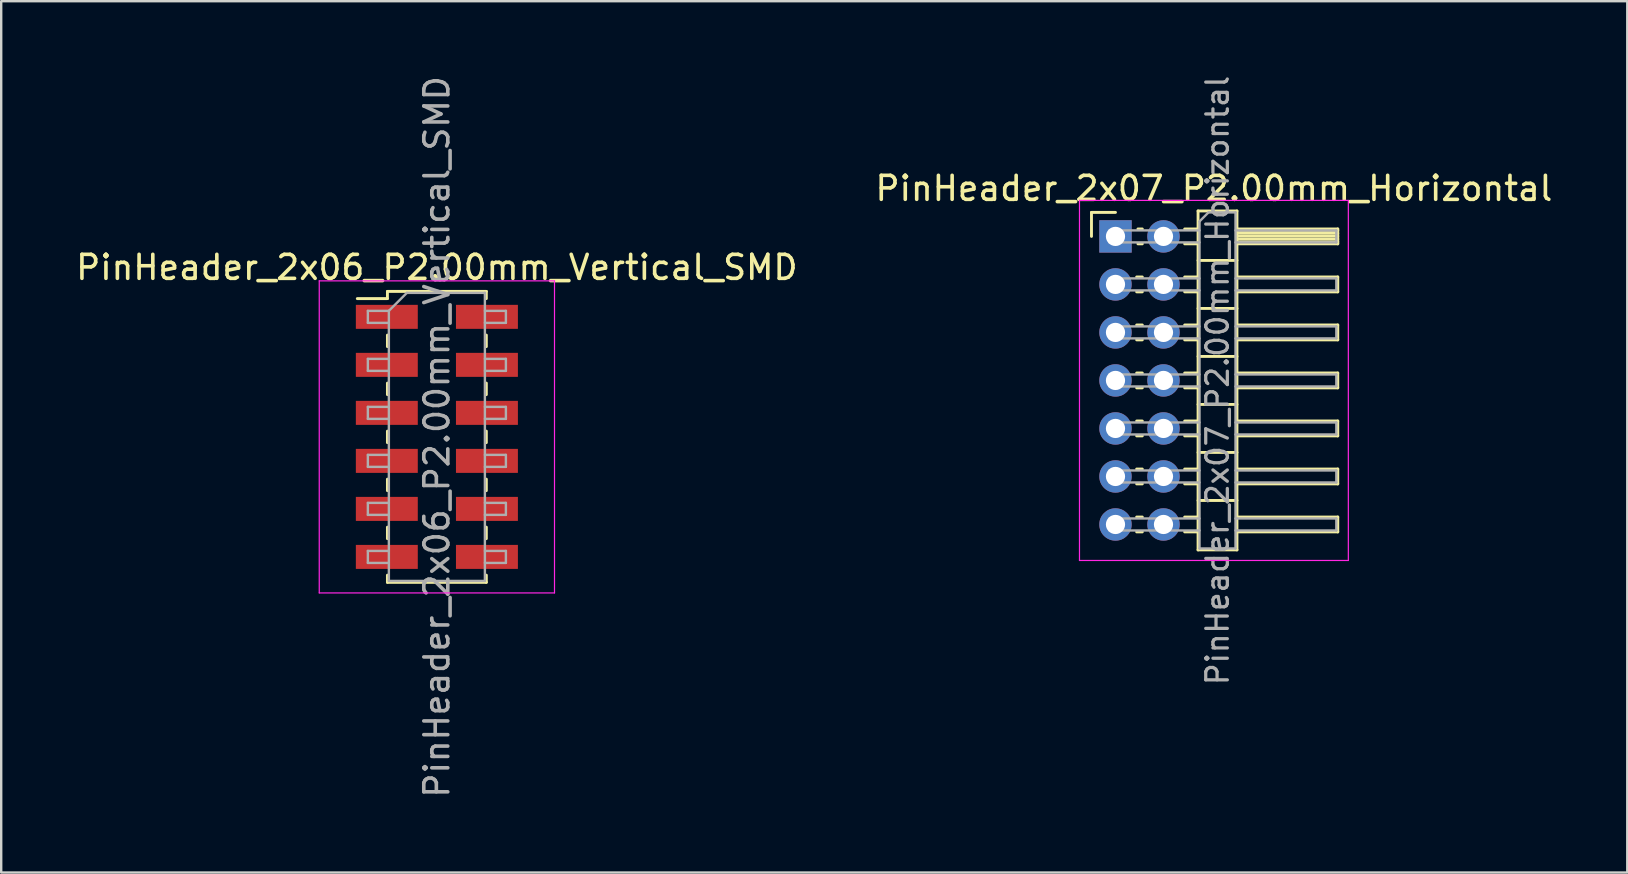
<source format=kicad_pcb>
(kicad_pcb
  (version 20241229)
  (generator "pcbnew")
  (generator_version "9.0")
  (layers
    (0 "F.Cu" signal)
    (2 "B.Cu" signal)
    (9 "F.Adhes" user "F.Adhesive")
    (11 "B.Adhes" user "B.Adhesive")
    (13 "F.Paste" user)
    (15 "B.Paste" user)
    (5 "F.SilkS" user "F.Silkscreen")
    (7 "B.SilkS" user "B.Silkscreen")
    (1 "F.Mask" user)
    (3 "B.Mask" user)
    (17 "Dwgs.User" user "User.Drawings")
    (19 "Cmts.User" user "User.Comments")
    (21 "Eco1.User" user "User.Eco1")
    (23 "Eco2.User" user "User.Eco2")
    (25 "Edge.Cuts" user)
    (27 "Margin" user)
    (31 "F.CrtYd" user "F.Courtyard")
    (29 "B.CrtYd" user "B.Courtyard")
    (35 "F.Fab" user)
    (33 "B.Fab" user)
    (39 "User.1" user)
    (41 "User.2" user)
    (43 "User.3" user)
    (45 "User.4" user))
  (footprint "PinHeader_2x07_P2.00mm_Horizontal"
    (layer "F.Cu")
    (at 43.418 6.798)
    (property "Reference" "PinHeader_2x07_P2.00mm_Horizontal" (at 4.1 -2 0) (layer "F.SilkS") (effects (font (size 1 1) (thickness 0.15))))
    (attr through_hole)
    (fp_line (start -1 -1) (end 0 -1) (stroke (width 0.12) (type solid)) (layer "F.SilkS"))
    (fp_line (start -1 0) (end -1 -1) (stroke (width 0.12) (type solid)) (layer "F.SilkS"))
    (fp_line (start 0.882 1.69) (end 1.118 1.69) (stroke (width 0.12) (type solid)) (layer "F.SilkS"))
    (fp_line (start 0.882 2.31) (end 1.118 2.31) (stroke (width 0.12) (type solid)) (layer "F.SilkS"))
    (fp_line (start 0.882 3.69) (end 1.118 3.69) (stroke (width 0.12) (type solid)) (layer "F.SilkS"))
    (fp_line (start 0.882 4.31) (end 1.118 4.31) (stroke (width 0.12) (type solid)) (layer "F.SilkS"))
    (fp_line (start 0.882 5.69) (end 1.118 5.69) (stroke (width 0.12) (type solid)) (layer "F.SilkS"))
    (fp_line (start 0.882 6.31) (end 1.118 6.31) (stroke (width 0.12) (type solid)) (layer "F.SilkS"))
    (fp_line (start 0.882 7.69) (end 1.118 7.69) (stroke (width 0.12) (type solid)) (layer "F.SilkS"))
    (fp_line (start 0.882 8.31) (end 1.118 8.31) (stroke (width 0.12) (type solid)) (layer "F.SilkS"))
    (fp_line (start 0.882 9.69) (end 1.118 9.69) (stroke (width 0.12) (type solid)) (layer "F.SilkS"))
    (fp_line (start 0.882 10.31) (end 1.118 10.31) (stroke (width 0.12) (type solid)) (layer "F.SilkS"))
    (fp_line (start 0.882 11.69) (end 1.118 11.69) (stroke (width 0.12) (type solid)) (layer "F.SilkS"))
    (fp_line (start 0.882 12.31) (end 1.118 12.31) (stroke (width 0.12) (type solid)) (layer "F.SilkS"))
    (fp_line (start 0.935 -0.31) (end 1.118 -0.31) (stroke (width 0.12) (type solid)) (layer "F.SilkS"))
    (fp_line (start 0.935 0.31) (end 1.118 0.31) (stroke (width 0.12) (type solid)) (layer "F.SilkS"))
    (fp_line (start 2.882 -0.31) (end 3.44 -0.31) (stroke (width 0.12) (type solid)) (layer "F.SilkS"))
    (fp_line (start 2.882 0.31) (end 3.44 0.31) (stroke (width 0.12) (type solid)) (layer "F.SilkS"))
    (fp_line (start 2.882 1.69) (end 3.44 1.69) (stroke (width 0.12) (type solid)) (layer "F.SilkS"))
    (fp_line (start 2.882 2.31) (end 3.44 2.31) (stroke (width 0.12) (type solid)) (layer "F.SilkS"))
    (fp_line (start 2.882 3.69) (end 3.44 3.69) (stroke (width 0.12) (type solid)) (layer "F.SilkS"))
    (fp_line (start 2.882 4.31) (end 3.44 4.31) (stroke (width 0.12) (type solid)) (layer "F.SilkS"))
    (fp_line (start 2.882 5.69) (end 3.44 5.69) (stroke (width 0.12) (type solid)) (layer "F.SilkS"))
    (fp_line (start 2.882 6.31) (end 3.44 6.31) (stroke (width 0.12) (type solid)) (layer "F.SilkS"))
    (fp_line (start 2.882 7.69) (end 3.44 7.69) (stroke (width 0.12) (type solid)) (layer "F.SilkS"))
    (fp_line (start 2.882 8.31) (end 3.44 8.31) (stroke (width 0.12) (type solid)) (layer "F.SilkS"))
    (fp_line (start 2.882 9.69) (end 3.44 9.69) (stroke (width 0.12) (type solid)) (layer "F.SilkS"))
    (fp_line (start 2.882 10.31) (end 3.44 10.31) (stroke (width 0.12) (type solid)) (layer "F.SilkS"))
    (fp_line (start 2.882 11.69) (end 3.44 11.69) (stroke (width 0.12) (type solid)) (layer "F.SilkS"))
    (fp_line (start 2.882 12.31) (end 3.44 12.31) (stroke (width 0.12) (type solid)) (layer "F.SilkS"))
    (fp_line (start 3.44 -1.06) (end 3.44 13.06) (stroke (width 0.12) (type solid)) (layer "F.SilkS"))
    (fp_line (start 3.44 1) (end 5.06 1) (stroke (width 0.12) (type solid)) (layer "F.SilkS"))
    (fp_line (start 3.44 3) (end 5.06 3) (stroke (width 0.12) (type solid)) (layer "F.SilkS"))
    (fp_line (start 3.44 5) (end 5.06 5) (stroke (width 0.12) (type solid)) (layer "F.SilkS"))
    (fp_line (start 3.44 7) (end 5.06 7) (stroke (width 0.12) (type solid)) (layer "F.SilkS"))
    (fp_line (start 3.44 9) (end 5.06 9) (stroke (width 0.12) (type solid)) (layer "F.SilkS"))
    (fp_line (start 3.44 11) (end 5.06 11) (stroke (width 0.12) (type solid)) (layer "F.SilkS"))
    (fp_line (start 3.44 13.06) (end 5.06 13.06) (stroke (width 0.12) (type solid)) (layer "F.SilkS"))
    (fp_line (start 5.06 -1.06) (end 3.44 -1.06) (stroke (width 0.12) (type solid)) (layer "F.SilkS"))
    (fp_line (start 5.06 -0.31) (end 9.26 -0.31) (stroke (width 0.12) (type solid)) (layer "F.SilkS"))
    (fp_line (start 5.06 -0.25) (end 9.26 -0.25) (stroke (width 0.12) (type solid)) (layer "F.SilkS"))
    (fp_line (start 5.06 -0.13) (end 9.26 -0.13) (stroke (width 0.12) (type solid)) (layer "F.SilkS"))
    (fp_line (start 5.06 -0.01) (end 9.26 -0.01) (stroke (width 0.12) (type solid)) (layer "F.SilkS"))
    (fp_line (start 5.06 0.11) (end 9.26 0.11) (stroke (width 0.12) (type solid)) (layer "F.SilkS"))
    (fp_line (start 5.06 0.23) (end 9.26 0.23) (stroke (width 0.12) (type solid)) (layer "F.SilkS"))
    (fp_line (start 5.06 1.69) (end 9.26 1.69) (stroke (width 0.12) (type solid)) (layer "F.SilkS"))
    (fp_line (start 5.06 3.69) (end 9.26 3.69) (stroke (width 0.12) (type solid)) (layer "F.SilkS"))
    (fp_line (start 5.06 5.69) (end 9.26 5.69) (stroke (width 0.12) (type solid)) (layer "F.SilkS"))
    (fp_line (start 5.06 7.69) (end 9.26 7.69) (stroke (width 0.12) (type solid)) (layer "F.SilkS"))
    (fp_line (start 5.06 9.69) (end 9.26 9.69) (stroke (width 0.12) (type solid)) (layer "F.SilkS"))
    (fp_line (start 5.06 11.69) (end 9.26 11.69) (stroke (width 0.12) (type solid)) (layer "F.SilkS"))
    (fp_line (start 5.06 13.06) (end 5.06 -1.06) (stroke (width 0.12) (type solid)) (layer "F.SilkS"))
    (fp_line (start 9.26 -0.31) (end 9.26 0.31) (stroke (width 0.12) (type solid)) (layer "F.SilkS"))
    (fp_line (start 9.26 0.31) (end 5.06 0.31) (stroke (width 0.12) (type solid)) (layer "F.SilkS"))
    (fp_line (start 9.26 1.69) (end 9.26 2.31) (stroke (width 0.12) (type solid)) (layer "F.SilkS"))
    (fp_line (start 9.26 2.31) (end 5.06 2.31) (stroke (width 0.12) (type solid)) (layer "F.SilkS"))
    (fp_line (start 9.26 3.69) (end 9.26 4.31) (stroke (width 0.12) (type solid)) (layer "F.SilkS"))
    (fp_line (start 9.26 4.31) (end 5.06 4.31) (stroke (width 0.12) (type solid)) (layer "F.SilkS"))
    (fp_line (start 9.26 5.69) (end 9.26 6.31) (stroke (width 0.12) (type solid)) (layer "F.SilkS"))
    (fp_line (start 9.26 6.31) (end 5.06 6.31) (stroke (width 0.12) (type solid)) (layer "F.SilkS"))
    (fp_line (start 9.26 7.69) (end 9.26 8.31) (stroke (width 0.12) (type solid)) (layer "F.SilkS"))
    (fp_line (start 9.26 8.31) (end 5.06 8.31) (stroke (width 0.12) (type solid)) (layer "F.SilkS"))
    (fp_line (start 9.26 9.69) (end 9.26 10.31) (stroke (width 0.12) (type solid)) (layer "F.SilkS"))
    (fp_line (start 9.26 10.31) (end 5.06 10.31) (stroke (width 0.12) (type solid)) (layer "F.SilkS"))
    (fp_line (start 9.26 11.69) (end 9.26 12.31) (stroke (width 0.12) (type solid)) (layer "F.SilkS"))
    (fp_line (start 9.26 12.31) (end 5.06 12.31) (stroke (width 0.12) (type solid)) (layer "F.SilkS"))
    (fp_line (start -1.5 -1.5) (end -1.5 13.5) (stroke (width 0.05) (type solid)) (layer "F.CrtYd"))
    (fp_line (start -1.5 13.5) (end 9.7 13.5) (stroke (width 0.05) (type solid)) (layer "F.CrtYd"))
    (fp_line (start 9.7 -1.5) (end -1.5 -1.5) (stroke (width 0.05) (type solid)) (layer "F.CrtYd"))
    (fp_line (start 9.7 13.5) (end 9.7 -1.5) (stroke (width 0.05) (type solid)) (layer "F.CrtYd"))
    (fp_line (start -0.25 -0.25) (end -0.25 0.25) (stroke (width 0.1) (type solid)) (layer "F.Fab"))
    (fp_line (start -0.25 -0.25) (end 3.5 -0.25) (stroke (width 0.1) (type solid)) (layer "F.Fab"))
    (fp_line (start -0.25 0.25) (end 3.5 0.25) (stroke (width 0.1) (type solid)) (layer "F.Fab"))
    (fp_line (start -0.25 1.75) (end -0.25 2.25) (stroke (width 0.1) (type solid)) (layer "F.Fab"))
    (fp_line (start -0.25 1.75) (end 3.5 1.75) (stroke (width 0.1) (type solid)) (layer "F.Fab"))
    (fp_line (start -0.25 2.25) (end 3.5 2.25) (stroke (width 0.1) (type solid)) (layer "F.Fab"))
    (fp_line (start -0.25 3.75) (end -0.25 4.25) (stroke (width 0.1) (type solid)) (layer "F.Fab"))
    (fp_line (start -0.25 3.75) (end 3.5 3.75) (stroke (width 0.1) (type solid)) (layer "F.Fab"))
    (fp_line (start -0.25 4.25) (end 3.5 4.25) (stroke (width 0.1) (type solid)) (layer "F.Fab"))
    (fp_line (start -0.25 5.75) (end -0.25 6.25) (stroke (width 0.1) (type solid)) (layer "F.Fab"))
    (fp_line (start -0.25 5.75) (end 3.5 5.75) (stroke (width 0.1) (type solid)) (layer "F.Fab"))
    (fp_line (start -0.25 6.25) (end 3.5 6.25) (stroke (width 0.1) (type solid)) (layer "F.Fab"))
    (fp_line (start -0.25 7.75) (end -0.25 8.25) (stroke (width 0.1) (type solid)) (layer "F.Fab"))
    (fp_line (start -0.25 7.75) (end 3.5 7.75) (stroke (width 0.1) (type solid)) (layer "F.Fab"))
    (fp_line (start -0.25 8.25) (end 3.5 8.25) (stroke (width 0.1) (type solid)) (layer "F.Fab"))
    (fp_line (start -0.25 9.75) (end -0.25 10.25) (stroke (width 0.1) (type solid)) (layer "F.Fab"))
    (fp_line (start -0.25 9.75) (end 3.5 9.75) (stroke (width 0.1) (type solid)) (layer "F.Fab"))
    (fp_line (start -0.25 10.25) (end 3.5 10.25) (stroke (width 0.1) (type solid)) (layer "F.Fab"))
    (fp_line (start -0.25 11.75) (end -0.25 12.25) (stroke (width 0.1) (type solid)) (layer "F.Fab"))
    (fp_line (start -0.25 11.75) (end 3.5 11.75) (stroke (width 0.1) (type solid)) (layer "F.Fab"))
    (fp_line (start -0.25 12.25) (end 3.5 12.25) (stroke (width 0.1) (type solid)) (layer "F.Fab"))
    (fp_line (start 3.5 -0.625) (end 3.875 -1) (stroke (width 0.1) (type solid)) (layer "F.Fab"))
    (fp_line (start 3.5 13) (end 3.5 -0.625) (stroke (width 0.1) (type solid)) (layer "F.Fab"))
    (fp_line (start 3.875 -1) (end 5 -1) (stroke (width 0.1) (type solid)) (layer "F.Fab"))
    (fp_line (start 5 -1) (end 5 13) (stroke (width 0.1) (type solid)) (layer "F.Fab"))
    (fp_line (start 5 -0.25) (end 9.2 -0.25) (stroke (width 0.1) (type solid)) (layer "F.Fab"))
    (fp_line (start 5 0.25) (end 9.2 0.25) (stroke (width 0.1) (type solid)) (layer "F.Fab"))
    (fp_line (start 5 1.75) (end 9.2 1.75) (stroke (width 0.1) (type solid)) (layer "F.Fab"))
    (fp_line (start 5 2.25) (end 9.2 2.25) (stroke (width 0.1) (type solid)) (layer "F.Fab"))
    (fp_line (start 5 3.75) (end 9.2 3.75) (stroke (width 0.1) (type solid)) (layer "F.Fab"))
    (fp_line (start 5 4.25) (end 9.2 4.25) (stroke (width 0.1) (type solid)) (layer "F.Fab"))
    (fp_line (start 5 5.75) (end 9.2 5.75) (stroke (width 0.1) (type solid)) (layer "F.Fab"))
    (fp_line (start 5 6.25) (end 9.2 6.25) (stroke (width 0.1) (type solid)) (layer "F.Fab"))
    (fp_line (start 5 7.75) (end 9.2 7.75) (stroke (width 0.1) (type solid)) (layer "F.Fab"))
    (fp_line (start 5 8.25) (end 9.2 8.25) (stroke (width 0.1) (type solid)) (layer "F.Fab"))
    (fp_line (start 5 9.75) (end 9.2 9.75) (stroke (width 0.1) (type solid)) (layer "F.Fab"))
    (fp_line (start 5 10.25) (end 9.2 10.25) (stroke (width 0.1) (type solid)) (layer "F.Fab"))
    (fp_line (start 5 11.75) (end 9.2 11.75) (stroke (width 0.1) (type solid)) (layer "F.Fab"))
    (fp_line (start 5 12.25) (end 9.2 12.25) (stroke (width 0.1) (type solid)) (layer "F.Fab"))
    (fp_line (start 5 13) (end 3.5 13) (stroke (width 0.1) (type solid)) (layer "F.Fab"))
    (fp_line (start 9.2 -0.25) (end 9.2 0.25) (stroke (width 0.1) (type solid)) (layer "F.Fab"))
    (fp_line (start 9.2 1.75) (end 9.2 2.25) (stroke (width 0.1) (type solid)) (layer "F.Fab"))
    (fp_line (start 9.2 3.75) (end 9.2 4.25) (stroke (width 0.1) (type solid)) (layer "F.Fab"))
    (fp_line (start 9.2 5.75) (end 9.2 6.25) (stroke (width 0.1) (type solid)) (layer "F.Fab"))
    (fp_line (start 9.2 7.75) (end 9.2 8.25) (stroke (width 0.1) (type solid)) (layer "F.Fab"))
    (fp_line (start 9.2 9.75) (end 9.2 10.25) (stroke (width 0.1) (type solid)) (layer "F.Fab"))
    (fp_line (start 9.2 11.75) (end 9.2 12.25) (stroke (width 0.1) (type solid)) (layer "F.Fab"))
    (fp_text user "${REFERENCE}" (at 4.25 6 90) (layer "F.Fab") (effects (font (size 0.9 0.9) (thickness 0.135))))
    (pad "1" thru_hole rect (at 0 0) (size 1.35 1.35) (drill 0.8) (layers "*.Cu" "*.Mask"))
    (pad "2" thru_hole oval (at 2 0) (size 1.35 1.35) (drill 0.8) (layers "*.Cu" "*.Mask"))
    (pad "3" thru_hole oval (at 0 2) (size 1.35 1.35) (drill 0.8) (layers "*.Cu" "*.Mask"))
    (pad "4" thru_hole oval (at 2 2) (size 1.35 1.35) (drill 0.8) (layers "*.Cu" "*.Mask"))
    (pad "5" thru_hole oval (at 0 4) (size 1.35 1.35) (drill 0.8) (layers "*.Cu" "*.Mask"))
    (pad "6" thru_hole oval (at 2 4) (size 1.35 1.35) (drill 0.8) (layers "*.Cu" "*.Mask"))
    (pad "7" thru_hole oval (at 0 6) (size 1.35 1.35) (drill 0.8) (layers "*.Cu" "*.Mask"))
    (pad "8" thru_hole oval (at 2 6) (size 1.35 1.35) (drill 0.8) (layers "*.Cu" "*.Mask"))
    (pad "9" thru_hole oval (at 0 8) (size 1.35 1.35) (drill 0.8) (layers "*.Cu" "*.Mask"))
    (pad "10" thru_hole oval (at 2 8) (size 1.35 1.35) (drill 0.8) (layers "*.Cu" "*.Mask"))
    (pad "11" thru_hole oval (at 0 10) (size 1.35 1.35) (drill 0.8) (layers "*.Cu" "*.Mask"))
    (pad "12" thru_hole oval (at 2 10) (size 1.35 1.35) (drill 0.8) (layers "*.Cu" "*.Mask"))
    (pad "13" thru_hole oval (at 0 12) (size 1.35 1.35) (drill 0.8) (layers "*.Cu" "*.Mask"))
    (pad "14" thru_hole oval (at 2 12) (size 1.35 1.35) (drill 0.8) (layers "*.Cu" "*.Mask")))
  (footprint "PinHeader_2x06_P2.00mm_Vertical_SMD"
    (layer "F.Cu")
    (at 15.149 15.149)
    (property "Reference" "PinHeader_2x06_P2.00mm_Vertical_SMD" (at 0 -7.06 0) (layer "F.SilkS") (effects (font (size 1 1) (thickness 0.15))))
    (attr smd)
    (fp_line (start -3.315 -5.76) (end -2.06 -5.76) (stroke (width 0.12) (type solid)) (layer "F.SilkS"))
    (fp_line (start -2.06 -6.06) (end -2.06 -5.76) (stroke (width 0.12) (type solid)) (layer "F.SilkS"))
    (fp_line (start -2.06 -6.06) (end 2.06 -6.06) (stroke (width 0.12) (type solid)) (layer "F.SilkS"))
    (fp_line (start -2.06 -4.24) (end -2.06 -3.76) (stroke (width 0.12) (type solid)) (layer "F.SilkS"))
    (fp_line (start -2.06 -2.24) (end -2.06 -1.76) (stroke (width 0.12) (type solid)) (layer "F.SilkS"))
    (fp_line (start -2.06 -0.24) (end -2.06 0.24) (stroke (width 0.12) (type solid)) (layer "F.SilkS"))
    (fp_line (start -2.06 1.76) (end -2.06 2.24) (stroke (width 0.12) (type solid)) (layer "F.SilkS"))
    (fp_line (start -2.06 3.76) (end -2.06 4.24) (stroke (width 0.12) (type solid)) (layer "F.SilkS"))
    (fp_line (start -2.06 5.76) (end -2.06 6.06) (stroke (width 0.12) (type solid)) (layer "F.SilkS"))
    (fp_line (start -2.06 6.06) (end 2.06 6.06) (stroke (width 0.12) (type solid)) (layer "F.SilkS"))
    (fp_line (start 2.06 -6.06) (end 2.06 -5.76) (stroke (width 0.12) (type solid)) (layer "F.SilkS"))
    (fp_line (start 2.06 -4.24) (end 2.06 -3.76) (stroke (width 0.12) (type solid)) (layer "F.SilkS"))
    (fp_line (start 2.06 -2.24) (end 2.06 -1.76) (stroke (width 0.12) (type solid)) (layer "F.SilkS"))
    (fp_line (start 2.06 -0.24) (end 2.06 0.24) (stroke (width 0.12) (type solid)) (layer "F.SilkS"))
    (fp_line (start 2.06 1.76) (end 2.06 2.24) (stroke (width 0.12) (type solid)) (layer "F.SilkS"))
    (fp_line (start 2.06 3.76) (end 2.06 4.24) (stroke (width 0.12) (type solid)) (layer "F.SilkS"))
    (fp_line (start 2.06 5.76) (end 2.06 6.06) (stroke (width 0.12) (type solid)) (layer "F.SilkS"))
    (fp_line (start -4.9 -6.5) (end -4.9 6.5) (stroke (width 0.05) (type solid)) (layer "F.CrtYd"))
    (fp_line (start -4.9 6.5) (end 4.9 6.5) (stroke (width 0.05) (type solid)) (layer "F.CrtYd"))
    (fp_line (start 4.9 -6.5) (end -4.9 -6.5) (stroke (width 0.05) (type solid)) (layer "F.CrtYd"))
    (fp_line (start 4.9 6.5) (end 4.9 -6.5) (stroke (width 0.05) (type solid)) (layer "F.CrtYd"))
    (fp_line (start -2.875 -5.25) (end -2.875 -4.75) (stroke (width 0.1) (type solid)) (layer "F.Fab"))
    (fp_line (start -2.875 -4.75) (end -2 -4.75) (stroke (width 0.1) (type solid)) (layer "F.Fab"))
    (fp_line (start -2.875 -3.25) (end -2.875 -2.75) (stroke (width 0.1) (type solid)) (layer "F.Fab"))
    (fp_line (start -2.875 -2.75) (end -2 -2.75) (stroke (width 0.1) (type solid)) (layer "F.Fab"))
    (fp_line (start -2.875 -1.25) (end -2.875 -0.75) (stroke (width 0.1) (type solid)) (layer "F.Fab"))
    (fp_line (start -2.875 -0.75) (end -2 -0.75) (stroke (width 0.1) (type solid)) (layer "F.Fab"))
    (fp_line (start -2.875 0.75) (end -2.875 1.25) (stroke (width 0.1) (type solid)) (layer "F.Fab"))
    (fp_line (start -2.875 1.25) (end -2 1.25) (stroke (width 0.1) (type solid)) (layer "F.Fab"))
    (fp_line (start -2.875 2.75) (end -2.875 3.25) (stroke (width 0.1) (type solid)) (layer "F.Fab"))
    (fp_line (start -2.875 3.25) (end -2 3.25) (stroke (width 0.1) (type solid)) (layer "F.Fab"))
    (fp_line (start -2.875 4.75) (end -2.875 5.25) (stroke (width 0.1) (type solid)) (layer "F.Fab"))
    (fp_line (start -2.875 5.25) (end -2 5.25) (stroke (width 0.1) (type solid)) (layer "F.Fab"))
    (fp_line (start -2 -5.25) (end -2.875 -5.25) (stroke (width 0.1) (type solid)) (layer "F.Fab"))
    (fp_line (start -2 -5.25) (end -1.25 -6) (stroke (width 0.1) (type solid)) (layer "F.Fab"))
    (fp_line (start -2 -3.25) (end -2.875 -3.25) (stroke (width 0.1) (type solid)) (layer "F.Fab"))
    (fp_line (start -2 -1.25) (end -2.875 -1.25) (stroke (width 0.1) (type solid)) (layer "F.Fab"))
    (fp_line (start -2 0.75) (end -2.875 0.75) (stroke (width 0.1) (type solid)) (layer "F.Fab"))
    (fp_line (start -2 2.75) (end -2.875 2.75) (stroke (width 0.1) (type solid)) (layer "F.Fab"))
    (fp_line (start -2 4.75) (end -2.875 4.75) (stroke (width 0.1) (type solid)) (layer "F.Fab"))
    (fp_line (start -2 6) (end -2 -5.25) (stroke (width 0.1) (type solid)) (layer "F.Fab"))
    (fp_line (start -1.25 -6) (end 2 -6) (stroke (width 0.1) (type solid)) (layer "F.Fab"))
    (fp_line (start 2 -6) (end 2 6) (stroke (width 0.1) (type solid)) (layer "F.Fab"))
    (fp_line (start 2 -5.25) (end 2.875 -5.25) (stroke (width 0.1) (type solid)) (layer "F.Fab"))
    (fp_line (start 2 -3.25) (end 2.875 -3.25) (stroke (width 0.1) (type solid)) (layer "F.Fab"))
    (fp_line (start 2 -1.25) (end 2.875 -1.25) (stroke (width 0.1) (type solid)) (layer "F.Fab"))
    (fp_line (start 2 0.75) (end 2.875 0.75) (stroke (width 0.1) (type solid)) (layer "F.Fab"))
    (fp_line (start 2 2.75) (end 2.875 2.75) (stroke (width 0.1) (type solid)) (layer "F.Fab"))
    (fp_line (start 2 4.75) (end 2.875 4.75) (stroke (width 0.1) (type solid)) (layer "F.Fab"))
    (fp_line (start 2 6) (end -2 6) (stroke (width 0.1) (type solid)) (layer "F.Fab"))
    (fp_line (start 2.875 -5.25) (end 2.875 -4.75) (stroke (width 0.1) (type solid)) (layer "F.Fab"))
    (fp_line (start 2.875 -4.75) (end 2 -4.75) (stroke (width 0.1) (type solid)) (layer "F.Fab"))
    (fp_line (start 2.875 -3.25) (end 2.875 -2.75) (stroke (width 0.1) (type solid)) (layer "F.Fab"))
    (fp_line (start 2.875 -2.75) (end 2 -2.75) (stroke (width 0.1) (type solid)) (layer "F.Fab"))
    (fp_line (start 2.875 -1.25) (end 2.875 -0.75) (stroke (width 0.1) (type solid)) (layer "F.Fab"))
    (fp_line (start 2.875 -0.75) (end 2 -0.75) (stroke (width 0.1) (type solid)) (layer "F.Fab"))
    (fp_line (start 2.875 0.75) (end 2.875 1.25) (stroke (width 0.1) (type solid)) (layer "F.Fab"))
    (fp_line (start 2.875 1.25) (end 2 1.25) (stroke (width 0.1) (type solid)) (layer "F.Fab"))
    (fp_line (start 2.875 2.75) (end 2.875 3.25) (stroke (width 0.1) (type solid)) (layer "F.Fab"))
    (fp_line (start 2.875 3.25) (end 2 3.25) (stroke (width 0.1) (type solid)) (layer "F.Fab"))
    (fp_line (start 2.875 4.75) (end 2.875 5.25) (stroke (width 0.1) (type solid)) (layer "F.Fab"))
    (fp_line (start 2.875 5.25) (end 2 5.25) (stroke (width 0.1) (type solid)) (layer "F.Fab"))
    (fp_text user "${REFERENCE}" (at 0 0 90) (layer "F.Fab") (effects (font (size 1 1) (thickness 0.15))))
    (pad "1" smd rect (at -2.085 -5) (size 2.58 1) (layers "F.Cu" "F.Mask" "F.Paste"))
    (pad "2" smd rect (at 2.085 -5) (size 2.58 1) (layers "F.Cu" "F.Mask" "F.Paste"))
    (pad "3" smd rect (at -2.085 -3) (size 2.58 1) (layers "F.Cu" "F.Mask" "F.Paste"))
    (pad "4" smd rect (at 2.085 -3) (size 2.58 1) (layers "F.Cu" "F.Mask" "F.Paste"))
    (pad "5" smd rect (at -2.085 -1) (size 2.58 1) (layers "F.Cu" "F.Mask" "F.Paste"))
    (pad "6" smd rect (at 2.085 -1) (size 2.58 1) (layers "F.Cu" "F.Mask" "F.Paste"))
    (pad "7" smd rect (at -2.085 1) (size 2.58 1) (layers "F.Cu" "F.Mask" "F.Paste"))
    (pad "8" smd rect (at 2.085 1) (size 2.58 1) (layers "F.Cu" "F.Mask" "F.Paste"))
    (pad "9" smd rect (at -2.085 3) (size 2.58 1) (layers "F.Cu" "F.Mask" "F.Paste"))
    (pad "10" smd rect (at 2.085 3) (size 2.58 1) (layers "F.Cu" "F.Mask" "F.Paste"))
    (pad "11" smd rect (at -2.085 5) (size 2.58 1) (layers "F.Cu" "F.Mask" "F.Paste"))
    (pad "12" smd rect (at 2.085 5) (size 2.58 1) (layers "F.Cu" "F.Mask" "F.Paste")))
  (gr_rect
    (start -3 -3)
    (end 64.738 33.298)
    (stroke (width 0.1) (type default))
    (fill no)
    (layer "Edge.Cuts")))
</source>
